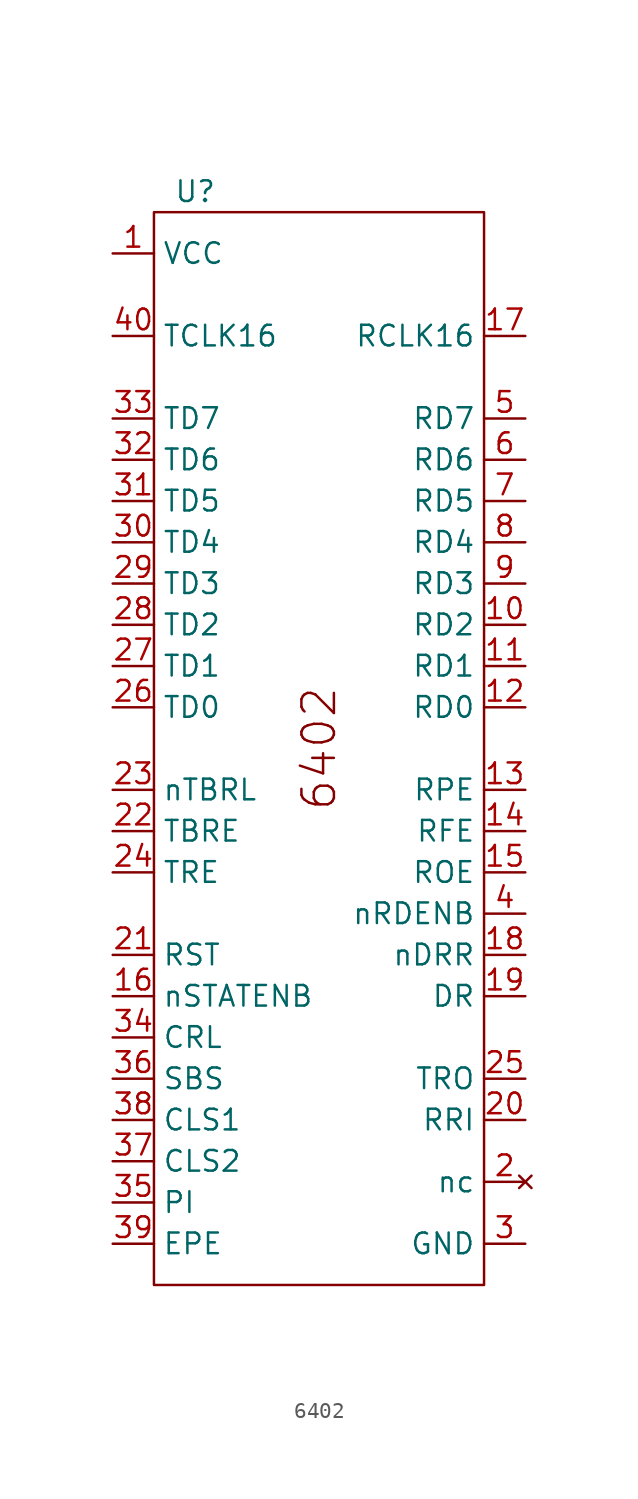
<source format=kicad_sym>
(kicad_symbol_lib
  (version 20220914)
  (generator kicad_symbol_editor)
  (symbol "6402"
    (property "Reference" "U"
      (at -7.62 52.07 0)
      (effects (font (size 1.27 1.27))))
    (property "Value" ""
      (at 0 0 0)
      (effects (font (size 1.27 1.27))))
    (symbol "6402_0_1"
      (rectangle (start -10.16 50.8) (end 10.16 -15.24) (stroke (width 0) (type default)) (fill (type none))))
    (symbol "6402_1_1"
      (text "6402" (at 0 17.78 900) (effects (font (size 2 2))))
      (pin power_in line (at -12.7 48.26 0) (length 2.54) (name "VCC" (effects (font (size 1.27 1.27)))) (number "1" (effects (font (size 1.27 1.27)))))
      (pin output line (at 12.7 25.4 180) (length 2.54) (name "RD2" (effects (font (size 1.27 1.27)))) (number "10" (effects (font (size 1.27 1.27)))))
      (pin output line (at 12.7 22.86 180) (length 2.54) (name "RD1" (effects (font (size 1.27 1.27)))) (number "11" (effects (font (size 1.27 1.27)))))
      (pin output line (at 12.7 20.32 180) (length 2.54) (name "RD0" (effects (font (size 1.27 1.27)))) (number "12" (effects (font (size 1.27 1.27)))))
      (pin output line (at 12.7 15.24 180) (length 2.54) (name "RPE" (effects (font (size 1.27 1.27)))) (number "13" (effects (font (size 1.27 1.27)))))
      (pin output line (at 12.7 12.7 180) (length 2.54) (name "RFE" (effects (font (size 1.27 1.27)))) (number "14" (effects (font (size 1.27 1.27)))))
      (pin output line (at 12.7 10.16 180) (length 2.54) (name "ROE" (effects (font (size 1.27 1.27)))) (number "15" (effects (font (size 1.27 1.27)))))
      (pin input line (at -12.7 2.54 0) (length 2.54) (name "nSTATENB" (effects (font (size 1.27 1.27)))) (number "16" (effects (font (size 1.27 1.27)))))
      (pin input line (at 12.7 43.18 180) (length 2.54) (name "RCLK16" (effects (font (size 1.27 1.27)))) (number "17" (effects (font (size 1.27 1.27)))))
      (pin input line (at 12.7 5.08 180) (length 2.54) (name "nDRR" (effects (font (size 1.27 1.27)))) (number "18" (effects (font (size 1.27 1.27)))))
      (pin output line (at 12.7 2.54 180) (length 2.54) (name "DR" (effects (font (size 1.27 1.27)))) (number "19" (effects (font (size 1.27 1.27)))))
      (pin no_connect line (at 12.7 -8.89 180) (length 2.54) (name "nc" (effects (font (size 1.27 1.27)))) (number "2" (effects (font (size 1.27 1.27)))))
      (pin input line (at 12.7 -5.08 180) (length 2.54) (name "RRI" (effects (font (size 1.27 1.27)))) (number "20" (effects (font (size 1.27 1.27)))))
      (pin input line (at -12.7 5.08 0) (length 2.54) (name "RST" (effects (font (size 1.27 1.27)))) (number "21" (effects (font (size 1.27 1.27)))))
      (pin input line (at -12.7 12.7 0) (length 2.54) (name "TBRE" (effects (font (size 1.27 1.27)))) (number "22" (effects (font (size 1.27 1.27)))))
      (pin input line (at -12.7 15.24 0) (length 2.54) (name "nTBRL" (effects (font (size 1.27 1.27)))) (number "23" (effects (font (size 1.27 1.27)))))
      (pin input line (at -12.7 10.16 0) (length 2.54) (name "TRE" (effects (font (size 1.27 1.27)))) (number "24" (effects (font (size 1.27 1.27)))))
      (pin output line (at 12.7 -2.54 180) (length 2.54) (name "TRO" (effects (font (size 1.27 1.27)))) (number "25" (effects (font (size 1.27 1.27)))))
      (pin input line (at -12.7 20.32 0) (length 2.54) (name "TD0" (effects (font (size 1.27 1.27)))) (number "26" (effects (font (size 1.27 1.27)))))
      (pin input line (at -12.7 22.86 0) (length 2.54) (name "TD1" (effects (font (size 1.27 1.27)))) (number "27" (effects (font (size 1.27 1.27)))))
      (pin input line (at -12.7 25.4 0) (length 2.54) (name "TD2" (effects (font (size 1.27 1.27)))) (number "28" (effects (font (size 1.27 1.27)))))
      (pin input line (at -12.7 27.94 0) (length 2.54) (name "TD3" (effects (font (size 1.27 1.27)))) (number "29" (effects (font (size 1.27 1.27)))))
      (pin passive line (at 12.7 -12.7 180) (length 2.54) (name "GND" (effects (font (size 1.27 1.27)))) (number "3" (effects (font (size 1.27 1.27)))))
      (pin input line (at -12.7 30.48 0) (length 2.54) (name "TD4" (effects (font (size 1.27 1.27)))) (number "30" (effects (font (size 1.27 1.27)))))
      (pin input line (at -12.7 33.02 0) (length 2.54) (name "TD5" (effects (font (size 1.27 1.27)))) (number "31" (effects (font (size 1.27 1.27)))))
      (pin input line (at -12.7 35.56 0) (length 2.54) (name "TD6" (effects (font (size 1.27 1.27)))) (number "32" (effects (font (size 1.27 1.27)))))
      (pin input line (at -12.7 38.1 0) (length 2.54) (name "TD7" (effects (font (size 1.27 1.27)))) (number "33" (effects (font (size 1.27 1.27)))))
      (pin input line (at -12.7 0 0) (length 2.54) (name "CRL" (effects (font (size 1.27 1.27)))) (number "34" (effects (font (size 1.27 1.27)))))
      (pin input line (at -12.7 -10.16 0) (length 2.54) (name "PI" (effects (font (size 1.27 1.27)))) (number "35" (effects (font (size 1.27 1.27)))))
      (pin input line (at -12.7 -2.54 0) (length 2.54) (name "SBS" (effects (font (size 1.27 1.27)))) (number "36" (effects (font (size 1.27 1.27)))))
      (pin input line (at -12.7 -7.62 0) (length 2.54) (name "CLS2" (effects (font (size 1.27 1.27)))) (number "37" (effects (font (size 1.27 1.27)))))
      (pin input line (at -12.7 -5.08 0) (length 2.54) (name "CLS1" (effects (font (size 1.27 1.27)))) (number "38" (effects (font (size 1.27 1.27)))))
      (pin input line (at -12.7 -12.7 0) (length 2.54) (name "EPE" (effects (font (size 1.27 1.27)))) (number "39" (effects (font (size 1.27 1.27)))))
      (pin input line (at 12.7 7.62 180) (length 2.54) (name "nRDENB" (effects (font (size 1.27 1.27)))) (number "4" (effects (font (size 1.27 1.27)))))
      (pin input line (at -12.7 43.18 0) (length 2.54) (name "TCLK16" (effects (font (size 1.27 1.27)))) (number "40" (effects (font (size 1.27 1.27)))))
      (pin output line (at 12.7 38.1 180) (length 2.54) (name "RD7" (effects (font (size 1.27 1.27)))) (number "5" (effects (font (size 1.27 1.27)))))
      (pin output line (at 12.7 35.56 180) (length 2.54) (name "RD6" (effects (font (size 1.27 1.27)))) (number "6" (effects (font (size 1.27 1.27)))))
      (pin output line (at 12.7 33.02 180) (length 2.54) (name "RD5" (effects (font (size 1.27 1.27)))) (number "7" (effects (font (size 1.27 1.27)))))
      (pin output line (at 12.7 30.48 180) (length 2.54) (name "RD4" (effects (font (size 1.27 1.27)))) (number "8" (effects (font (size 1.27 1.27)))))
      (pin output line (at 12.7 27.94 180) (length 2.54) (name "RD3" (effects (font (size 1.27 1.27)))) (number "9" (effects (font (size 1.27 1.27))))))))
</source>
